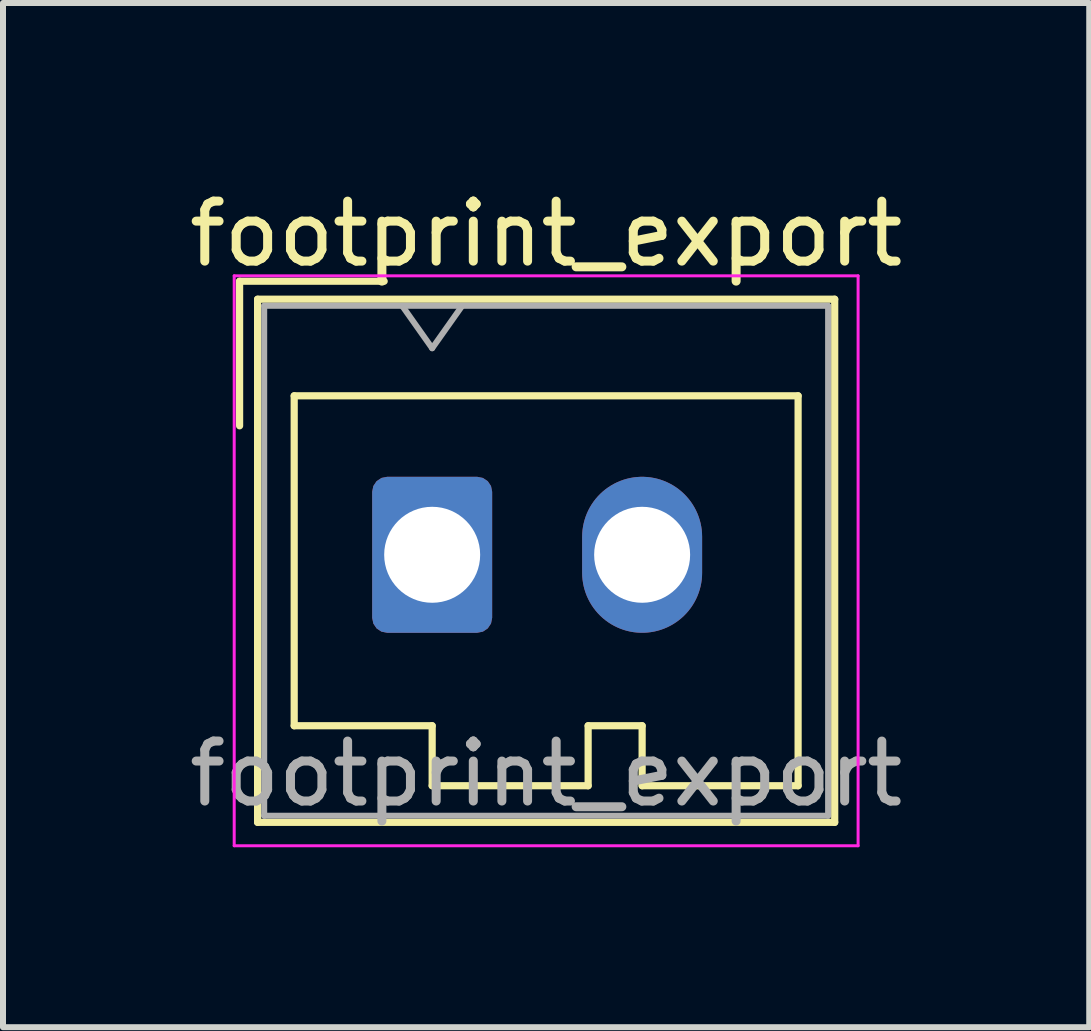
<source format=kicad_pcb>
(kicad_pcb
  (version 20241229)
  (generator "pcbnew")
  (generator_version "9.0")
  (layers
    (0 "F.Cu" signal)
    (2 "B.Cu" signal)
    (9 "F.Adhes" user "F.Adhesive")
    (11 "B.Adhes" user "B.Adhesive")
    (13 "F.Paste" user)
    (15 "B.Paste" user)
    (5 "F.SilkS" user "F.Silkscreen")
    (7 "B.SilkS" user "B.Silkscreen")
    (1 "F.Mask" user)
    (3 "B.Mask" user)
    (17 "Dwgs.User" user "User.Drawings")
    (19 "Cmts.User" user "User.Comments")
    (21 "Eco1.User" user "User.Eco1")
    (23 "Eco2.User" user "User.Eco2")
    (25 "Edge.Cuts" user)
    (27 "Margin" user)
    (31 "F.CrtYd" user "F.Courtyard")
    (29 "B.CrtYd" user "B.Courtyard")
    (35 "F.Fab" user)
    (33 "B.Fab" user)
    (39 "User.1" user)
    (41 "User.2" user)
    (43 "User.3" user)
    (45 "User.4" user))
  (footprint "footprint_export"
    (layer "F.Cu")
    (at 4.154 6.198)
    (property "Reference" "footprint_export" (at 1.9 -5.35 0) (layer "F.SilkS") (effects (font (size 1 1) (thickness 0.15))))
    (attr through_hole)
    (fp_line (start -3.21 -4.56) (end -0.8 -4.56) (stroke (width 0.12) (type solid)) (layer "F.SilkS"))
    (fp_line (start -3.21 -2.15) (end -3.21 -4.56) (stroke (width 0.12) (type solid)) (layer "F.SilkS"))
    (fp_line (start -2.91 -4.26) (end -2.91 4.46) (stroke (width 0.12) (type solid)) (layer "F.SilkS"))
    (fp_line (start -2.91 4.46) (end 6.71 4.46) (stroke (width 0.12) (type solid)) (layer "F.SilkS"))
    (fp_line (start -2.3 -2.65) (end -2.3 2.85) (stroke (width 0.12) (type solid)) (layer "F.SilkS"))
    (fp_line (start -2.3 2.85) (end 0 2.85) (stroke (width 0.12) (type solid)) (layer "F.SilkS"))
    (fp_line (start 0 2.85) (end 0 3.85) (stroke (width 0.12) (type solid)) (layer "F.SilkS"))
    (fp_line (start 0 3.85) (end 2.6 3.85) (stroke (width 0.12) (type solid)) (layer "F.SilkS"))
    (fp_line (start 2.6 2.85) (end 3.5 2.85) (stroke (width 0.12) (type solid)) (layer "F.SilkS"))
    (fp_line (start 2.6 3.85) (end 2.6 2.85) (stroke (width 0.12) (type solid)) (layer "F.SilkS"))
    (fp_line (start 3.5 2.85) (end 3.5 3.85) (stroke (width 0.12) (type solid)) (layer "F.SilkS"))
    (fp_line (start 3.5 3.85) (end 6.1 3.85) (stroke (width 0.12) (type solid)) (layer "F.SilkS"))
    (fp_line (start 6.1 -2.65) (end -2.3 -2.65) (stroke (width 0.12) (type solid)) (layer "F.SilkS"))
    (fp_line (start 6.1 3.85) (end 6.1 -2.65) (stroke (width 0.12) (type solid)) (layer "F.SilkS"))
    (fp_line (start 6.71 -4.26) (end -2.91 -4.26) (stroke (width 0.12) (type solid)) (layer "F.SilkS"))
    (fp_line (start 6.71 4.46) (end 6.71 -4.26) (stroke (width 0.12) (type solid)) (layer "F.SilkS"))
    (fp_line (start -3.3 -4.65) (end -3.3 4.85) (stroke (width 0.05) (type solid)) (layer "F.CrtYd"))
    (fp_line (start -3.3 4.85) (end 7.1 4.85) (stroke (width 0.05) (type solid)) (layer "F.CrtYd"))
    (fp_line (start 7.1 -4.65) (end -3.3 -4.65) (stroke (width 0.05) (type solid)) (layer "F.CrtYd"))
    (fp_line (start 7.1 4.85) (end 7.1 -4.65) (stroke (width 0.05) (type solid)) (layer "F.CrtYd"))
    (fp_line (start -2.8 -4.15) (end -2.8 4.35) (stroke (width 0.1) (type solid)) (layer "F.Fab"))
    (fp_line (start -2.8 4.35) (end 6.6 4.35) (stroke (width 0.1) (type solid)) (layer "F.Fab"))
    (fp_line (start -0.5 -4.15) (end 0 -3.443) (stroke (width 0.1) (type solid)) (layer "F.Fab"))
    (fp_line (start 0 -3.443) (end 0.5 -4.15) (stroke (width 0.1) (type solid)) (layer "F.Fab"))
    (fp_line (start 6.6 -4.15) (end -2.8 -4.15) (stroke (width 0.1) (type solid)) (layer "F.Fab"))
    (fp_line (start 6.6 4.35) (end 6.6 -4.15) (stroke (width 0.1) (type solid)) (layer "F.Fab"))
    (fp_text user "${REFERENCE}" (at 1.9 3.65 0) (layer "F.Fab") (effects (font (size 1 1) (thickness 0.15))))
    (pad "1" thru_hole roundrect (at 0 0) (size 2 2.6) (drill 1.6) (layers "*.Cu" "*.Mask") (roundrect_rratio 0.125))
    (pad "2" thru_hole oval (at 3.5 0) (size 2 2.6) (drill 1.6) (layers "*.Cu" "*.Mask")))
  (gr_rect
    (start -3 -3)
    (end 15.107 14.073)
    (stroke (width 0.1) (type default))
    (fill no)
    (layer "Edge.Cuts")))
</source>
